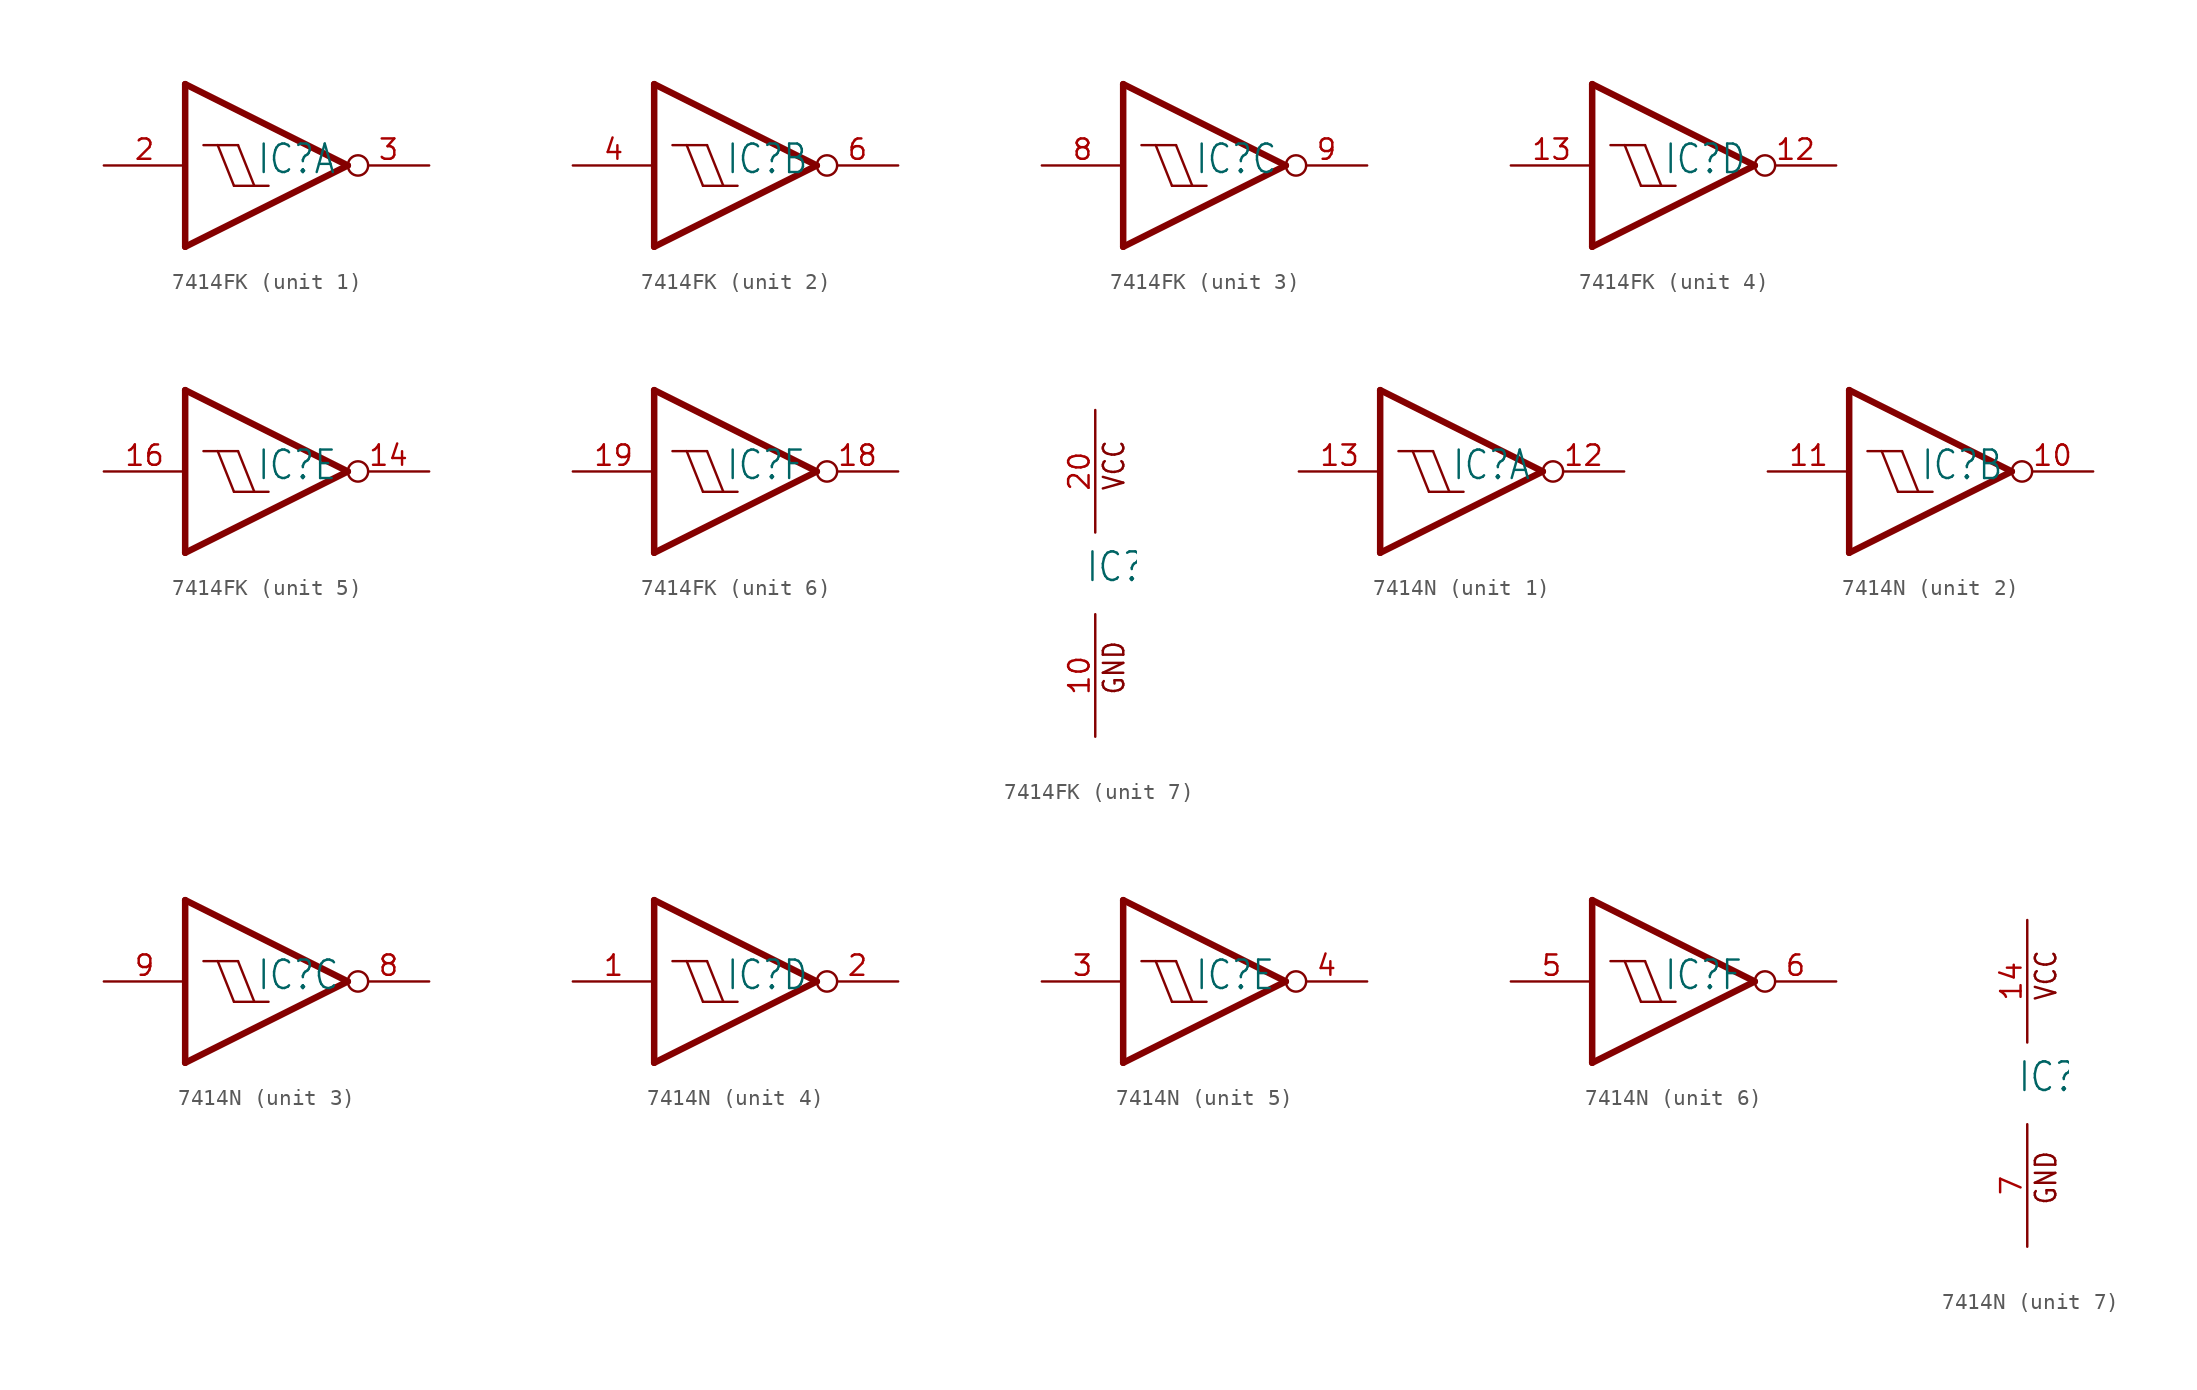
<source format=kicad_sym>
(kicad_symbol_lib
  (version 20220914)
  (generator kicad_symbol_editor)
  (symbol "7414FK"
    (property "Reference" "IC"
      (at -0.635 -0.635 0)
      (effects (font (size 1.778 1.511)) (justify left bottom)))
    (property "ki_locked" ""
      (at 0 0 0)
      (effects (font (size 1.27 1.27))))
    (symbol "7414FK_1_0"
      (polyline (pts (xy -5.08 -5.08) (xy -5.08 5.08)) (stroke (width 0.406) (type default)) (fill (type none)))
      (polyline (pts (xy -5.08 5.08) (xy 5.08 0)) (stroke (width 0.406) (type default)) (fill (type none)))
      (polyline (pts (xy -3.937 1.27) (xy -3.048 1.27)) (stroke (width 0.152) (type default)) (fill (type none)))
      (polyline (pts (xy -3.048 1.27) (xy -1.778 1.27)) (stroke (width 0.152) (type default)) (fill (type none)))
      (polyline (pts (xy -2.032 -1.27) (xy -3.048 1.27)) (stroke (width 0.152) (type default)) (fill (type none)))
      (polyline (pts (xy -2.032 -1.27) (xy -0.762 -1.27)) (stroke (width 0.152) (type default)) (fill (type none)))
      (polyline (pts (xy -0.762 -1.27) (xy -1.778 1.27)) (stroke (width 0.152) (type default)) (fill (type none)))
      (polyline (pts (xy -0.762 -1.27) (xy 0.127 -1.27)) (stroke (width 0.152) (type default)) (fill (type none)))
      (polyline (pts (xy 5.08 0) (xy -5.08 -5.08)) (stroke (width 0.406) (type default)) (fill (type none)))
      (pin input line (at -10.16 0 0) (length 5.08) (name "I" (effects (font (size 0 0)))) (number "2" (effects (font (size 1.27 1.27)))))
      (pin output inverted (at 10.16 0 180) (length 5.08) (name "O" (effects (font (size 0 0)))) (number "3" (effects (font (size 1.27 1.27))))))
    (symbol "7414FK_2_0"
      (polyline (pts (xy -5.08 -5.08) (xy -5.08 5.08)) (stroke (width 0.406) (type default)) (fill (type none)))
      (polyline (pts (xy -5.08 5.08) (xy 5.08 0)) (stroke (width 0.406) (type default)) (fill (type none)))
      (polyline (pts (xy -3.937 1.27) (xy -3.048 1.27)) (stroke (width 0.152) (type default)) (fill (type none)))
      (polyline (pts (xy -3.048 1.27) (xy -1.778 1.27)) (stroke (width 0.152) (type default)) (fill (type none)))
      (polyline (pts (xy -2.032 -1.27) (xy -3.048 1.27)) (stroke (width 0.152) (type default)) (fill (type none)))
      (polyline (pts (xy -2.032 -1.27) (xy -0.762 -1.27)) (stroke (width 0.152) (type default)) (fill (type none)))
      (polyline (pts (xy -0.762 -1.27) (xy -1.778 1.27)) (stroke (width 0.152) (type default)) (fill (type none)))
      (polyline (pts (xy -0.762 -1.27) (xy 0.127 -1.27)) (stroke (width 0.152) (type default)) (fill (type none)))
      (polyline (pts (xy 5.08 0) (xy -5.08 -5.08)) (stroke (width 0.406) (type default)) (fill (type none)))
      (pin input line (at -10.16 0 0) (length 5.08) (name "I" (effects (font (size 0 0)))) (number "4" (effects (font (size 1.27 1.27)))))
      (pin output inverted (at 10.16 0 180) (length 5.08) (name "O" (effects (font (size 0 0)))) (number "6" (effects (font (size 1.27 1.27))))))
    (symbol "7414FK_3_0"
      (polyline (pts (xy -5.08 -5.08) (xy -5.08 5.08)) (stroke (width 0.406) (type default)) (fill (type none)))
      (polyline (pts (xy -5.08 5.08) (xy 5.08 0)) (stroke (width 0.406) (type default)) (fill (type none)))
      (polyline (pts (xy -3.937 1.27) (xy -3.048 1.27)) (stroke (width 0.152) (type default)) (fill (type none)))
      (polyline (pts (xy -3.048 1.27) (xy -1.778 1.27)) (stroke (width 0.152) (type default)) (fill (type none)))
      (polyline (pts (xy -2.032 -1.27) (xy -3.048 1.27)) (stroke (width 0.152) (type default)) (fill (type none)))
      (polyline (pts (xy -2.032 -1.27) (xy -0.762 -1.27)) (stroke (width 0.152) (type default)) (fill (type none)))
      (polyline (pts (xy -0.762 -1.27) (xy -1.778 1.27)) (stroke (width 0.152) (type default)) (fill (type none)))
      (polyline (pts (xy -0.762 -1.27) (xy 0.127 -1.27)) (stroke (width 0.152) (type default)) (fill (type none)))
      (polyline (pts (xy 5.08 0) (xy -5.08 -5.08)) (stroke (width 0.406) (type default)) (fill (type none)))
      (pin input line (at -10.16 0 0) (length 5.08) (name "I" (effects (font (size 0 0)))) (number "8" (effects (font (size 1.27 1.27)))))
      (pin output inverted (at 10.16 0 180) (length 5.08) (name "O" (effects (font (size 0 0)))) (number "9" (effects (font (size 1.27 1.27))))))
    (symbol "7414FK_4_0"
      (polyline (pts (xy -5.08 -5.08) (xy -5.08 5.08)) (stroke (width 0.406) (type default)) (fill (type none)))
      (polyline (pts (xy -5.08 5.08) (xy 5.08 0)) (stroke (width 0.406) (type default)) (fill (type none)))
      (polyline (pts (xy -3.937 1.27) (xy -3.048 1.27)) (stroke (width 0.152) (type default)) (fill (type none)))
      (polyline (pts (xy -3.048 1.27) (xy -1.778 1.27)) (stroke (width 0.152) (type default)) (fill (type none)))
      (polyline (pts (xy -2.032 -1.27) (xy -3.048 1.27)) (stroke (width 0.152) (type default)) (fill (type none)))
      (polyline (pts (xy -2.032 -1.27) (xy -0.762 -1.27)) (stroke (width 0.152) (type default)) (fill (type none)))
      (polyline (pts (xy -0.762 -1.27) (xy -1.778 1.27)) (stroke (width 0.152) (type default)) (fill (type none)))
      (polyline (pts (xy -0.762 -1.27) (xy 0.127 -1.27)) (stroke (width 0.152) (type default)) (fill (type none)))
      (polyline (pts (xy 5.08 0) (xy -5.08 -5.08)) (stroke (width 0.406) (type default)) (fill (type none)))
      (pin output inverted (at 10.16 0 180) (length 5.08) (name "O" (effects (font (size 0 0)))) (number "12" (effects (font (size 1.27 1.27)))))
      (pin input line (at -10.16 0 0) (length 5.08) (name "I" (effects (font (size 0 0)))) (number "13" (effects (font (size 1.27 1.27))))))
    (symbol "7414FK_5_0"
      (polyline (pts (xy -5.08 -5.08) (xy -5.08 5.08)) (stroke (width 0.406) (type default)) (fill (type none)))
      (polyline (pts (xy -5.08 5.08) (xy 5.08 0)) (stroke (width 0.406) (type default)) (fill (type none)))
      (polyline (pts (xy -3.937 1.27) (xy -3.048 1.27)) (stroke (width 0.152) (type default)) (fill (type none)))
      (polyline (pts (xy -3.048 1.27) (xy -1.778 1.27)) (stroke (width 0.152) (type default)) (fill (type none)))
      (polyline (pts (xy -2.032 -1.27) (xy -3.048 1.27)) (stroke (width 0.152) (type default)) (fill (type none)))
      (polyline (pts (xy -2.032 -1.27) (xy -0.762 -1.27)) (stroke (width 0.152) (type default)) (fill (type none)))
      (polyline (pts (xy -0.762 -1.27) (xy -1.778 1.27)) (stroke (width 0.152) (type default)) (fill (type none)))
      (polyline (pts (xy -0.762 -1.27) (xy 0.127 -1.27)) (stroke (width 0.152) (type default)) (fill (type none)))
      (polyline (pts (xy 5.08 0) (xy -5.08 -5.08)) (stroke (width 0.406) (type default)) (fill (type none)))
      (pin output inverted (at 10.16 0 180) (length 5.08) (name "O" (effects (font (size 0 0)))) (number "14" (effects (font (size 1.27 1.27)))))
      (pin input line (at -10.16 0 0) (length 5.08) (name "I" (effects (font (size 0 0)))) (number "16" (effects (font (size 1.27 1.27))))))
    (symbol "7414FK_6_0"
      (polyline (pts (xy -5.08 -5.08) (xy -5.08 5.08)) (stroke (width 0.406) (type default)) (fill (type none)))
      (polyline (pts (xy -5.08 5.08) (xy 5.08 0)) (stroke (width 0.406) (type default)) (fill (type none)))
      (polyline (pts (xy -3.937 1.27) (xy -3.048 1.27)) (stroke (width 0.152) (type default)) (fill (type none)))
      (polyline (pts (xy -3.048 1.27) (xy -1.778 1.27)) (stroke (width 0.152) (type default)) (fill (type none)))
      (polyline (pts (xy -2.032 -1.27) (xy -3.048 1.27)) (stroke (width 0.152) (type default)) (fill (type none)))
      (polyline (pts (xy -2.032 -1.27) (xy -0.762 -1.27)) (stroke (width 0.152) (type default)) (fill (type none)))
      (polyline (pts (xy -0.762 -1.27) (xy -1.778 1.27)) (stroke (width 0.152) (type default)) (fill (type none)))
      (polyline (pts (xy -0.762 -1.27) (xy 0.127 -1.27)) (stroke (width 0.152) (type default)) (fill (type none)))
      (polyline (pts (xy 5.08 0) (xy -5.08 -5.08)) (stroke (width 0.406) (type default)) (fill (type none)))
      (pin output inverted (at 10.16 0 180) (length 5.08) (name "O" (effects (font (size 0 0)))) (number "18" (effects (font (size 1.27 1.27)))))
      (pin input line (at -10.16 0 0) (length 5.08) (name "I" (effects (font (size 0 0)))) (number "19" (effects (font (size 1.27 1.27))))))
    (symbol "7414FK_7_0"
      (text "GND" (at 1.905 -7.62 900) (effects (font (size 1.27 1.079)) (justify left bottom)))
      (text "VCC" (at 1.905 5.08 900) (effects (font (size 1.27 1.079)) (justify left bottom)))
      (pin power_in line (at 0 -10.16 90) (length 7.62) (name "GND" (effects (font (size 0 0)))) (number "10" (effects (font (size 1.27 1.27)))))
      (pin power_in line (at 0 10.16 270) (length 7.62) (name "VCC" (effects (font (size 0 0)))) (number "20" (effects (font (size 1.27 1.27)))))))
  (symbol "7414N"
    (property "Reference" "IC"
      (at -0.635 -0.635 0)
      (effects (font (size 1.778 1.511)) (justify left bottom)))
    (property "ki_locked" ""
      (at 0 0 0)
      (effects (font (size 1.27 1.27))))
    (symbol "7414N_1_0"
      (polyline (pts (xy -5.08 -5.08) (xy -5.08 5.08)) (stroke (width 0.406) (type default)) (fill (type none)))
      (polyline (pts (xy -5.08 5.08) (xy 5.08 0)) (stroke (width 0.406) (type default)) (fill (type none)))
      (polyline (pts (xy -3.937 1.27) (xy -3.048 1.27)) (stroke (width 0.152) (type default)) (fill (type none)))
      (polyline (pts (xy -3.048 1.27) (xy -1.778 1.27)) (stroke (width 0.152) (type default)) (fill (type none)))
      (polyline (pts (xy -2.032 -1.27) (xy -3.048 1.27)) (stroke (width 0.152) (type default)) (fill (type none)))
      (polyline (pts (xy -2.032 -1.27) (xy -0.762 -1.27)) (stroke (width 0.152) (type default)) (fill (type none)))
      (polyline (pts (xy -0.762 -1.27) (xy -1.778 1.27)) (stroke (width 0.152) (type default)) (fill (type none)))
      (polyline (pts (xy -0.762 -1.27) (xy 0.127 -1.27)) (stroke (width 0.152) (type default)) (fill (type none)))
      (polyline (pts (xy 5.08 0) (xy -5.08 -5.08)) (stroke (width 0.406) (type default)) (fill (type none)))
      (pin output inverted (at 10.16 0 180) (length 5.08) (name "O" (effects (font (size 0 0)))) (number "12" (effects (font (size 1.27 1.27)))))
      (pin input line (at -10.16 0 0) (length 5.08) (name "I" (effects (font (size 0 0)))) (number "13" (effects (font (size 1.27 1.27))))))
    (symbol "7414N_2_0"
      (polyline (pts (xy -5.08 -5.08) (xy -5.08 5.08)) (stroke (width 0.406) (type default)) (fill (type none)))
      (polyline (pts (xy -5.08 5.08) (xy 5.08 0)) (stroke (width 0.406) (type default)) (fill (type none)))
      (polyline (pts (xy -3.937 1.27) (xy -3.048 1.27)) (stroke (width 0.152) (type default)) (fill (type none)))
      (polyline (pts (xy -3.048 1.27) (xy -1.778 1.27)) (stroke (width 0.152) (type default)) (fill (type none)))
      (polyline (pts (xy -2.032 -1.27) (xy -3.048 1.27)) (stroke (width 0.152) (type default)) (fill (type none)))
      (polyline (pts (xy -2.032 -1.27) (xy -0.762 -1.27)) (stroke (width 0.152) (type default)) (fill (type none)))
      (polyline (pts (xy -0.762 -1.27) (xy -1.778 1.27)) (stroke (width 0.152) (type default)) (fill (type none)))
      (polyline (pts (xy -0.762 -1.27) (xy 0.127 -1.27)) (stroke (width 0.152) (type default)) (fill (type none)))
      (polyline (pts (xy 5.08 0) (xy -5.08 -5.08)) (stroke (width 0.406) (type default)) (fill (type none)))
      (pin output inverted (at 10.16 0 180) (length 5.08) (name "O" (effects (font (size 0 0)))) (number "10" (effects (font (size 1.27 1.27)))))
      (pin input line (at -10.16 0 0) (length 5.08) (name "I" (effects (font (size 0 0)))) (number "11" (effects (font (size 1.27 1.27))))))
    (symbol "7414N_3_0"
      (polyline (pts (xy -5.08 -5.08) (xy -5.08 5.08)) (stroke (width 0.406) (type default)) (fill (type none)))
      (polyline (pts (xy -5.08 5.08) (xy 5.08 0)) (stroke (width 0.406) (type default)) (fill (type none)))
      (polyline (pts (xy -3.937 1.27) (xy -3.048 1.27)) (stroke (width 0.152) (type default)) (fill (type none)))
      (polyline (pts (xy -3.048 1.27) (xy -1.778 1.27)) (stroke (width 0.152) (type default)) (fill (type none)))
      (polyline (pts (xy -2.032 -1.27) (xy -3.048 1.27)) (stroke (width 0.152) (type default)) (fill (type none)))
      (polyline (pts (xy -2.032 -1.27) (xy -0.762 -1.27)) (stroke (width 0.152) (type default)) (fill (type none)))
      (polyline (pts (xy -0.762 -1.27) (xy -1.778 1.27)) (stroke (width 0.152) (type default)) (fill (type none)))
      (polyline (pts (xy -0.762 -1.27) (xy 0.127 -1.27)) (stroke (width 0.152) (type default)) (fill (type none)))
      (polyline (pts (xy 5.08 0) (xy -5.08 -5.08)) (stroke (width 0.406) (type default)) (fill (type none)))
      (pin output inverted (at 10.16 0 180) (length 5.08) (name "O" (effects (font (size 0 0)))) (number "8" (effects (font (size 1.27 1.27)))))
      (pin input line (at -10.16 0 0) (length 5.08) (name "I" (effects (font (size 0 0)))) (number "9" (effects (font (size 1.27 1.27))))))
    (symbol "7414N_4_0"
      (polyline (pts (xy -5.08 -5.08) (xy -5.08 5.08)) (stroke (width 0.406) (type default)) (fill (type none)))
      (polyline (pts (xy -5.08 5.08) (xy 5.08 0)) (stroke (width 0.406) (type default)) (fill (type none)))
      (polyline (pts (xy -3.937 1.27) (xy -3.048 1.27)) (stroke (width 0.152) (type default)) (fill (type none)))
      (polyline (pts (xy -3.048 1.27) (xy -1.778 1.27)) (stroke (width 0.152) (type default)) (fill (type none)))
      (polyline (pts (xy -2.032 -1.27) (xy -3.048 1.27)) (stroke (width 0.152) (type default)) (fill (type none)))
      (polyline (pts (xy -2.032 -1.27) (xy -0.762 -1.27)) (stroke (width 0.152) (type default)) (fill (type none)))
      (polyline (pts (xy -0.762 -1.27) (xy -1.778 1.27)) (stroke (width 0.152) (type default)) (fill (type none)))
      (polyline (pts (xy -0.762 -1.27) (xy 0.127 -1.27)) (stroke (width 0.152) (type default)) (fill (type none)))
      (polyline (pts (xy 5.08 0) (xy -5.08 -5.08)) (stroke (width 0.406) (type default)) (fill (type none)))
      (pin input line (at -10.16 0 0) (length 5.08) (name "I" (effects (font (size 0 0)))) (number "1" (effects (font (size 1.27 1.27)))))
      (pin output inverted (at 10.16 0 180) (length 5.08) (name "O" (effects (font (size 0 0)))) (number "2" (effects (font (size 1.27 1.27))))))
    (symbol "7414N_5_0"
      (polyline (pts (xy -5.08 -5.08) (xy -5.08 5.08)) (stroke (width 0.406) (type default)) (fill (type none)))
      (polyline (pts (xy -5.08 5.08) (xy 5.08 0)) (stroke (width 0.406) (type default)) (fill (type none)))
      (polyline (pts (xy -3.937 1.27) (xy -3.048 1.27)) (stroke (width 0.152) (type default)) (fill (type none)))
      (polyline (pts (xy -3.048 1.27) (xy -1.778 1.27)) (stroke (width 0.152) (type default)) (fill (type none)))
      (polyline (pts (xy -2.032 -1.27) (xy -3.048 1.27)) (stroke (width 0.152) (type default)) (fill (type none)))
      (polyline (pts (xy -2.032 -1.27) (xy -0.762 -1.27)) (stroke (width 0.152) (type default)) (fill (type none)))
      (polyline (pts (xy -0.762 -1.27) (xy -1.778 1.27)) (stroke (width 0.152) (type default)) (fill (type none)))
      (polyline (pts (xy -0.762 -1.27) (xy 0.127 -1.27)) (stroke (width 0.152) (type default)) (fill (type none)))
      (polyline (pts (xy 5.08 0) (xy -5.08 -5.08)) (stroke (width 0.406) (type default)) (fill (type none)))
      (pin input line (at -10.16 0 0) (length 5.08) (name "I" (effects (font (size 0 0)))) (number "3" (effects (font (size 1.27 1.27)))))
      (pin output inverted (at 10.16 0 180) (length 5.08) (name "O" (effects (font (size 0 0)))) (number "4" (effects (font (size 1.27 1.27))))))
    (symbol "7414N_6_0"
      (polyline (pts (xy -5.08 -5.08) (xy -5.08 5.08)) (stroke (width 0.406) (type default)) (fill (type none)))
      (polyline (pts (xy -5.08 5.08) (xy 5.08 0)) (stroke (width 0.406) (type default)) (fill (type none)))
      (polyline (pts (xy -3.937 1.27) (xy -3.048 1.27)) (stroke (width 0.152) (type default)) (fill (type none)))
      (polyline (pts (xy -3.048 1.27) (xy -1.778 1.27)) (stroke (width 0.152) (type default)) (fill (type none)))
      (polyline (pts (xy -2.032 -1.27) (xy -3.048 1.27)) (stroke (width 0.152) (type default)) (fill (type none)))
      (polyline (pts (xy -2.032 -1.27) (xy -0.762 -1.27)) (stroke (width 0.152) (type default)) (fill (type none)))
      (polyline (pts (xy -0.762 -1.27) (xy -1.778 1.27)) (stroke (width 0.152) (type default)) (fill (type none)))
      (polyline (pts (xy -0.762 -1.27) (xy 0.127 -1.27)) (stroke (width 0.152) (type default)) (fill (type none)))
      (polyline (pts (xy 5.08 0) (xy -5.08 -5.08)) (stroke (width 0.406) (type default)) (fill (type none)))
      (pin input line (at -10.16 0 0) (length 5.08) (name "I" (effects (font (size 0 0)))) (number "5" (effects (font (size 1.27 1.27)))))
      (pin output inverted (at 10.16 0 180) (length 5.08) (name "O" (effects (font (size 0 0)))) (number "6" (effects (font (size 1.27 1.27))))))
    (symbol "7414N_7_0"
      (text "GND" (at 1.905 -7.62 900) (effects (font (size 1.27 1.079)) (justify left bottom)))
      (text "VCC" (at 1.905 5.08 900) (effects (font (size 1.27 1.079)) (justify left bottom)))
      (pin power_in line (at 0 10.16 270) (length 7.62) (name "VCC" (effects (font (size 0 0)))) (number "14" (effects (font (size 1.27 1.27)))))
      (pin power_in line (at 0 -10.16 90) (length 7.62) (name "GND" (effects (font (size 0 0)))) (number "7" (effects (font (size 1.27 1.27))))))))
</source>
